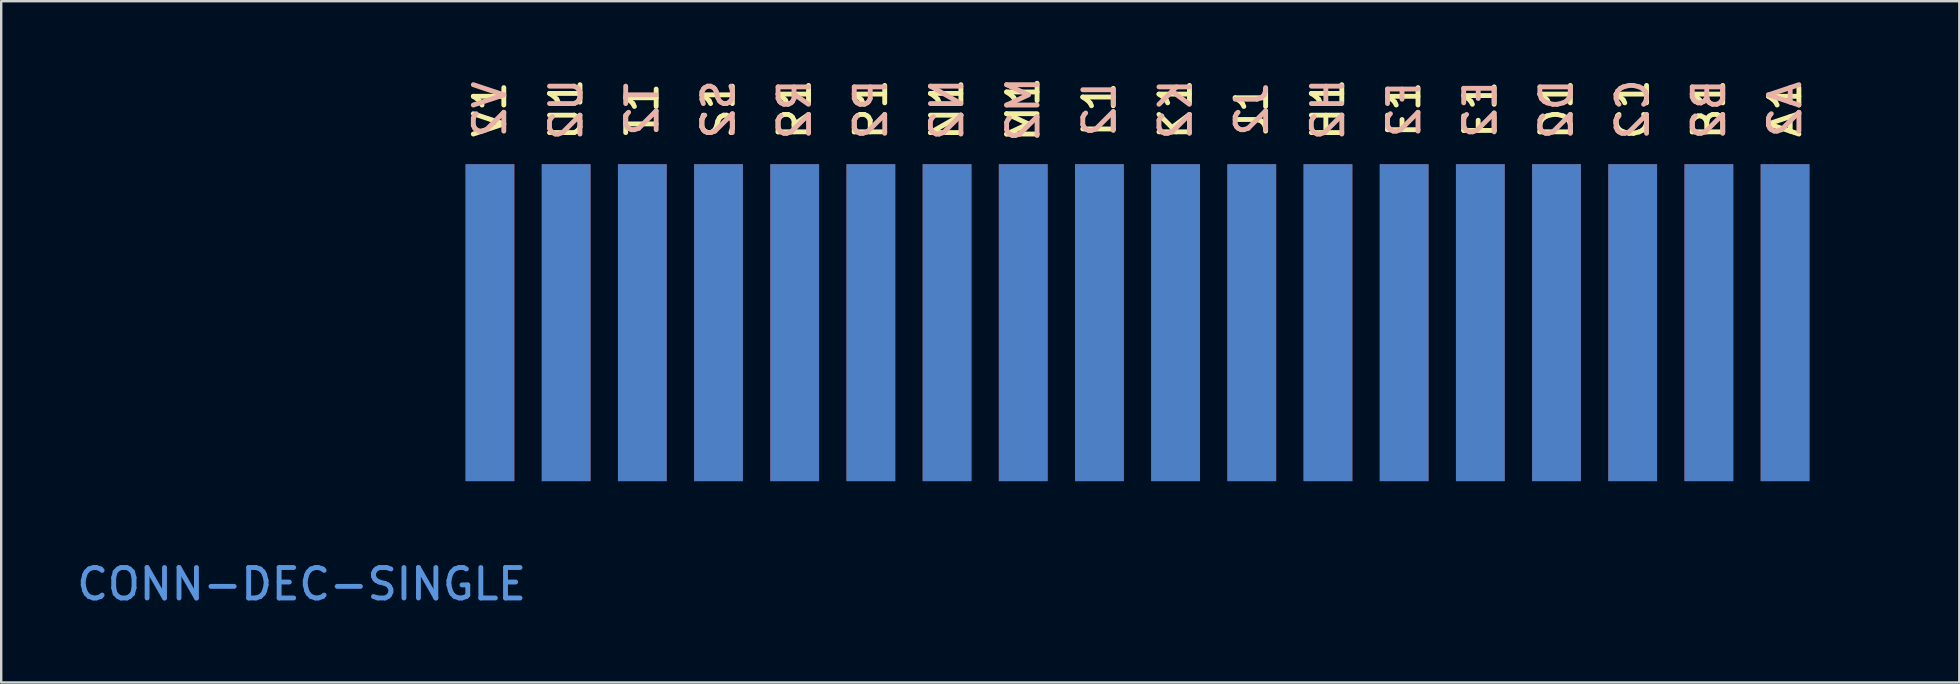
<source format=kicad_pcb>
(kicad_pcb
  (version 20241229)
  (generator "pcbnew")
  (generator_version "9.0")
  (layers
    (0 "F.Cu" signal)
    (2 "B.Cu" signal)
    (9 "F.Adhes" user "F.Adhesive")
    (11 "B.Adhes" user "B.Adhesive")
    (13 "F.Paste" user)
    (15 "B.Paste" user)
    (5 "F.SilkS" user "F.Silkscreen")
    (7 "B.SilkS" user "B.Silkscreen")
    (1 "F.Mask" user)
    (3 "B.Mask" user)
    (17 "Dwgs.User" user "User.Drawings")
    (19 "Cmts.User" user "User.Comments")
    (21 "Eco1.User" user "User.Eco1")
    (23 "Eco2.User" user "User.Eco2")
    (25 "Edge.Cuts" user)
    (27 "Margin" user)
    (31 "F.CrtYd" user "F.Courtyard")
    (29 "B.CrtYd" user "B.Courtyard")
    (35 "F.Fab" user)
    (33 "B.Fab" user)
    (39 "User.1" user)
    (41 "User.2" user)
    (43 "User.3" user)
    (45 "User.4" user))
  (footprint "CONN-DEC-SINGLE"
    (layer "F.Cu")
    (at 75.358 18.018)
    (property "Reference" "CONN-DEC-SINGLE" (at -65.837 3.277 0) (layer "Cmts.User") (effects (font (size 1.27 1.27) (thickness 0.203))))
    (attr through_hole)
    (fp_text user "K1" (at -29.413 -16.51 90) (layer "F.SilkS") (effects (font (size 1.27 1.27) (thickness 0.203))))
    (fp_text user "L1" (at -32.588 -16.51 90) (layer "F.SilkS") (effects (font (size 1.27 1.27) (thickness 0.203))))
    (fp_text user "S1" (at -48.463 -16.51 90) (layer "F.SilkS") (effects (font (size 1.27 1.27) (thickness 0.203))))
    (fp_text user "P1" (at -42.113 -16.51 90) (layer "F.SilkS") (effects (font (size 1.27 1.27) (thickness 0.203))))
    (fp_text user "R1" (at -45.288 -16.51 90) (layer "F.SilkS") (effects (font (size 1.27 1.27) (thickness 0.203))))
    (fp_text user "A1" (at -4.013 -16.51 90) (layer "F.SilkS") (effects (font (size 1.27 1.27) (thickness 0.203))))
    (fp_text user "J1" (at -26.238 -16.51 90) (layer "F.SilkS") (effects (font (size 1.27 1.27) (thickness 0.203))))
    (fp_text user "C1" (at -10.363 -16.51 90) (layer "F.SilkS") (effects (font (size 1.27 1.27) (thickness 0.203))))
    (fp_text user "N1" (at -38.938 -16.51 90) (layer "F.SilkS") (effects (font (size 1.27 1.27) (thickness 0.203))))
    (fp_text user "B1" (at -7.188 -16.51 90) (layer "F.SilkS") (effects (font (size 1.27 1.27) (thickness 0.203))))
    (fp_text user "M1" (at -35.763 -16.51 90) (layer "F.SilkS") (effects (font (size 1.27 1.27) (thickness 0.203))))
    (fp_text user "H1" (at -23.063 -16.51 90) (layer "F.SilkS") (effects (font (size 1.27 1.27) (thickness 0.203))))
    (fp_text user "D1" (at -13.538 -16.51 90) (layer "F.SilkS") (effects (font (size 1.27 1.27) (thickness 0.203))))
    (fp_text user "F1" (at -19.888 -16.51 90) (layer "F.SilkS") (effects (font (size 1.27 1.27) (thickness 0.203))))
    (fp_text user "U1" (at -54.813 -16.51 90) (layer "F.SilkS") (effects (font (size 1.27 1.27) (thickness 0.203))))
    (fp_text user "E1" (at -16.713 -16.51 90) (layer "F.SilkS") (effects (font (size 1.27 1.27) (thickness 0.203))))
    (fp_text user "V1" (at -57.988 -16.51 90) (layer "F.SilkS") (effects (font (size 1.27 1.27) (thickness 0.203))))
    (fp_text user "T1" (at -51.638 -16.51 90) (layer "F.SilkS") (effects (font (size 1.27 1.27) (thickness 0.203))))
    (fp_text user "B2" (at -7.188 -16.51 90) (layer "B.SilkS") (effects (font (size 1.27 1.27) (thickness 0.203)) (justify mirror)))
    (fp_text user "K2" (at -29.413 -16.51 90) (layer "B.SilkS") (effects (font (size 1.27 1.27) (thickness 0.203)) (justify mirror)))
    (fp_text user "F2" (at -19.888 -16.51 90) (layer "B.SilkS") (effects (font (size 1.27 1.27) (thickness 0.203)) (justify mirror)))
    (fp_text user "L2" (at -32.588 -16.51 90) (layer "B.SilkS") (effects (font (size 1.27 1.27) (thickness 0.203)) (justify mirror)))
    (fp_text user "E2" (at -16.713 -16.51 90) (layer "B.SilkS") (effects (font (size 1.27 1.27) (thickness 0.203)) (justify mirror)))
    (fp_text user "A2" (at -4.013 -16.51 90) (layer "B.SilkS") (effects (font (size 1.27 1.27) (thickness 0.203)) (justify mirror)))
    (fp_text user "R2" (at -45.288 -16.51 90) (layer "B.SilkS") (effects (font (size 1.27 1.27) (thickness 0.203)) (justify mirror)))
    (fp_text user "D2" (at -13.538 -16.51 90) (layer "B.SilkS") (effects (font (size 1.27 1.27) (thickness 0.203)) (justify mirror)))
    (fp_text user "N2" (at -38.938 -16.51 90) (layer "B.SilkS") (effects (font (size 1.27 1.27) (thickness 0.203)) (justify mirror)))
    (fp_text user "J2" (at -26.238 -16.51 90) (layer "B.SilkS") (effects (font (size 1.27 1.27) (thickness 0.203)) (justify mirror)))
    (fp_text user "T2" (at -51.638 -16.51 90) (layer "B.SilkS") (effects (font (size 1.27 1.27) (thickness 0.203)) (justify mirror)))
    (fp_text user "M2" (at -35.763 -16.51 90) (layer "B.SilkS") (effects (font (size 1.27 1.27) (thickness 0.203)) (justify mirror)))
    (fp_text user "H2" (at -23.063 -16.51 90) (layer "B.SilkS") (effects (font (size 1.27 1.27) (thickness 0.203)) (justify mirror)))
    (fp_text user "S2" (at -48.463 -16.51 90) (layer "B.SilkS") (effects (font (size 1.27 1.27) (thickness 0.203)) (justify mirror)))
    (fp_text user "P2" (at -42.113 -16.51 90) (layer "B.SilkS") (effects (font (size 1.27 1.27) (thickness 0.203)) (justify mirror)))
    (fp_text user "V2" (at -57.988 -16.51 90) (layer "B.SilkS") (effects (font (size 1.27 1.27) (thickness 0.203)) (justify mirror)))
    (fp_text user "C2" (at -10.363 -16.51 90) (layer "B.SilkS") (effects (font (size 1.27 1.27) (thickness 0.203)) (justify mirror)))
    (fp_text user "U2" (at -54.813 -16.51 90) (layer "B.SilkS") (effects (font (size 1.27 1.27) (thickness 0.203)) (justify mirror)))
    (pad "A1" connect rect (at -4.013 -13.462) (size 2.032 13.208) (drill (offset 0 5.842)) (layers "F.Cu" "F.Mask"))
    (pad "A2" connect rect (at -4.013 -13.462) (size 2.032 13.208) (drill (offset 0 5.842)) (layers "B.Cu" "B.Mask"))
    (pad "B1" connect rect (at -7.188 -13.462) (size 2.032 13.208) (drill (offset 0 5.842)) (layers "F.Cu" "F.Mask"))
    (pad "B2" connect rect (at -7.188 -13.462) (size 2.032 13.208) (drill (offset 0 5.842)) (layers "B.Cu" "B.Mask"))
    (pad "C1" connect rect (at -10.363 -13.462) (size 2.032 13.208) (drill (offset 0 5.842)) (layers "F.Cu" "F.Mask"))
    (pad "C2" connect rect (at -10.363 -13.462) (size 2.032 13.208) (drill (offset 0 5.842)) (layers "B.Cu" "B.Mask"))
    (pad "D1" connect rect (at -13.538 -13.462) (size 2.032 13.208) (drill (offset 0 5.842)) (layers "F.Cu" "F.Mask"))
    (pad "D2" connect rect (at -13.538 -13.462) (size 2.032 13.208) (drill (offset 0 5.842)) (layers "B.Cu" "B.Mask"))
    (pad "E1" connect rect (at -16.713 -13.462) (size 2.032 13.208) (drill (offset 0 5.842)) (layers "F.Cu" "F.Mask"))
    (pad "E2" connect rect (at -16.713 -13.462) (size 2.032 13.208) (drill (offset 0 5.842)) (layers "B.Cu" "B.Mask"))
    (pad "F1" connect rect (at -19.888 -13.462) (size 2.032 13.208) (drill (offset 0 5.842)) (layers "F.Cu" "F.Mask"))
    (pad "F2" connect rect (at -19.888 -13.462) (size 2.032 13.208) (drill (offset 0 5.842)) (layers "B.Cu" "B.Mask"))
    (pad "H1" connect rect (at -23.063 -13.462) (size 2.032 13.208) (drill (offset 0 5.842)) (layers "F.Cu" "F.Mask"))
    (pad "H2" connect rect (at -23.063 -13.462) (size 2.032 13.208) (drill (offset 0 5.842)) (layers "B.Cu" "B.Mask"))
    (pad "J1" connect rect (at -26.238 -13.462) (size 2.032 13.208) (drill (offset 0 5.842)) (layers "F.Cu" "F.Mask"))
    (pad "J2" connect rect (at -26.238 -13.462) (size 2.032 13.208) (drill (offset 0 5.842)) (layers "B.Cu" "B.Mask"))
    (pad "K1" connect rect (at -29.413 -13.462) (size 2.032 13.208) (drill (offset 0 5.842)) (layers "F.Cu" "F.Mask"))
    (pad "K2" connect rect (at -29.413 -13.462) (size 2.032 13.208) (drill (offset 0 5.842)) (layers "B.Cu" "B.Mask"))
    (pad "L1" connect rect (at -32.588 -13.462) (size 2.032 13.208) (drill (offset 0 5.842)) (layers "F.Cu" "F.Mask"))
    (pad "L2" connect rect (at -32.588 -13.462) (size 2.032 13.208) (drill (offset 0 5.842)) (layers "B.Cu" "B.Mask"))
    (pad "M1" connect rect (at -35.763 -13.462) (size 2.032 13.208) (drill (offset 0 5.842)) (layers "F.Cu" "F.Mask"))
    (pad "M2" connect rect (at -35.763 -13.462) (size 2.032 13.208) (drill (offset 0 5.842)) (layers "B.Cu" "B.Mask"))
    (pad "N1" connect rect (at -38.938 -13.462) (size 2.032 13.208) (drill (offset 0 5.842)) (layers "F.Cu" "F.Mask"))
    (pad "N2" connect rect (at -38.938 -13.462) (size 2.032 13.208) (drill (offset 0 5.842)) (layers "B.Cu" "B.Mask"))
    (pad "P1" connect rect (at -42.113 -13.462) (size 2.032 13.208) (drill (offset 0 5.842)) (layers "F.Cu" "F.Mask"))
    (pad "P2" connect rect (at -42.113 -13.462) (size 2.032 13.208) (drill (offset 0 5.842)) (layers "B.Cu" "B.Mask"))
    (pad "R1" connect rect (at -45.288 -13.462) (size 2.032 13.208) (drill (offset 0 5.842)) (layers "F.Cu" "F.Mask"))
    (pad "R2" connect rect (at -45.288 -13.462) (size 2.032 13.208) (drill (offset 0 5.842)) (layers "B.Cu" "B.Mask"))
    (pad "S1" connect rect (at -48.463 -13.462) (size 2.032 13.208) (drill (offset 0 5.842)) (layers "F.Cu" "F.Mask"))
    (pad "S2" connect rect (at -48.463 -13.462) (size 2.032 13.208) (drill (offset 0 5.842)) (layers "B.Cu" "B.Mask"))
    (pad "T1" connect rect (at -51.638 -13.462) (size 2.032 13.208) (drill (offset 0 5.842)) (layers "F.Cu" "F.Mask"))
    (pad "T2" connect rect (at -51.638 -13.462) (size 2.032 13.208) (drill (offset 0 5.842)) (layers "B.Cu" "B.Mask"))
    (pad "U1" connect rect (at -54.813 -13.462) (size 2.032 13.208) (drill (offset 0 5.842)) (layers "F.Cu" "F.Mask"))
    (pad "U2" connect rect (at -54.813 -13.462) (size 2.032 13.208) (drill (offset 0 5.842)) (layers "B.Cu" "B.Mask"))
    (pad "V1" connect rect (at -57.988 -13.462) (size 2.032 13.208) (drill (offset 0 5.842)) (layers "F.Cu" "F.Mask"))
    (pad "V2" connect rect (at -57.988 -13.462) (size 2.032 13.208) (drill (offset 0 5.842)) (layers "B.Cu" "B.Mask")))
  (gr_rect
    (start -3 -3)
    (end 78.608 25.394)
    (stroke (width 0.1) (type default))
    (fill no)
    (layer "Edge.Cuts")))
</source>
